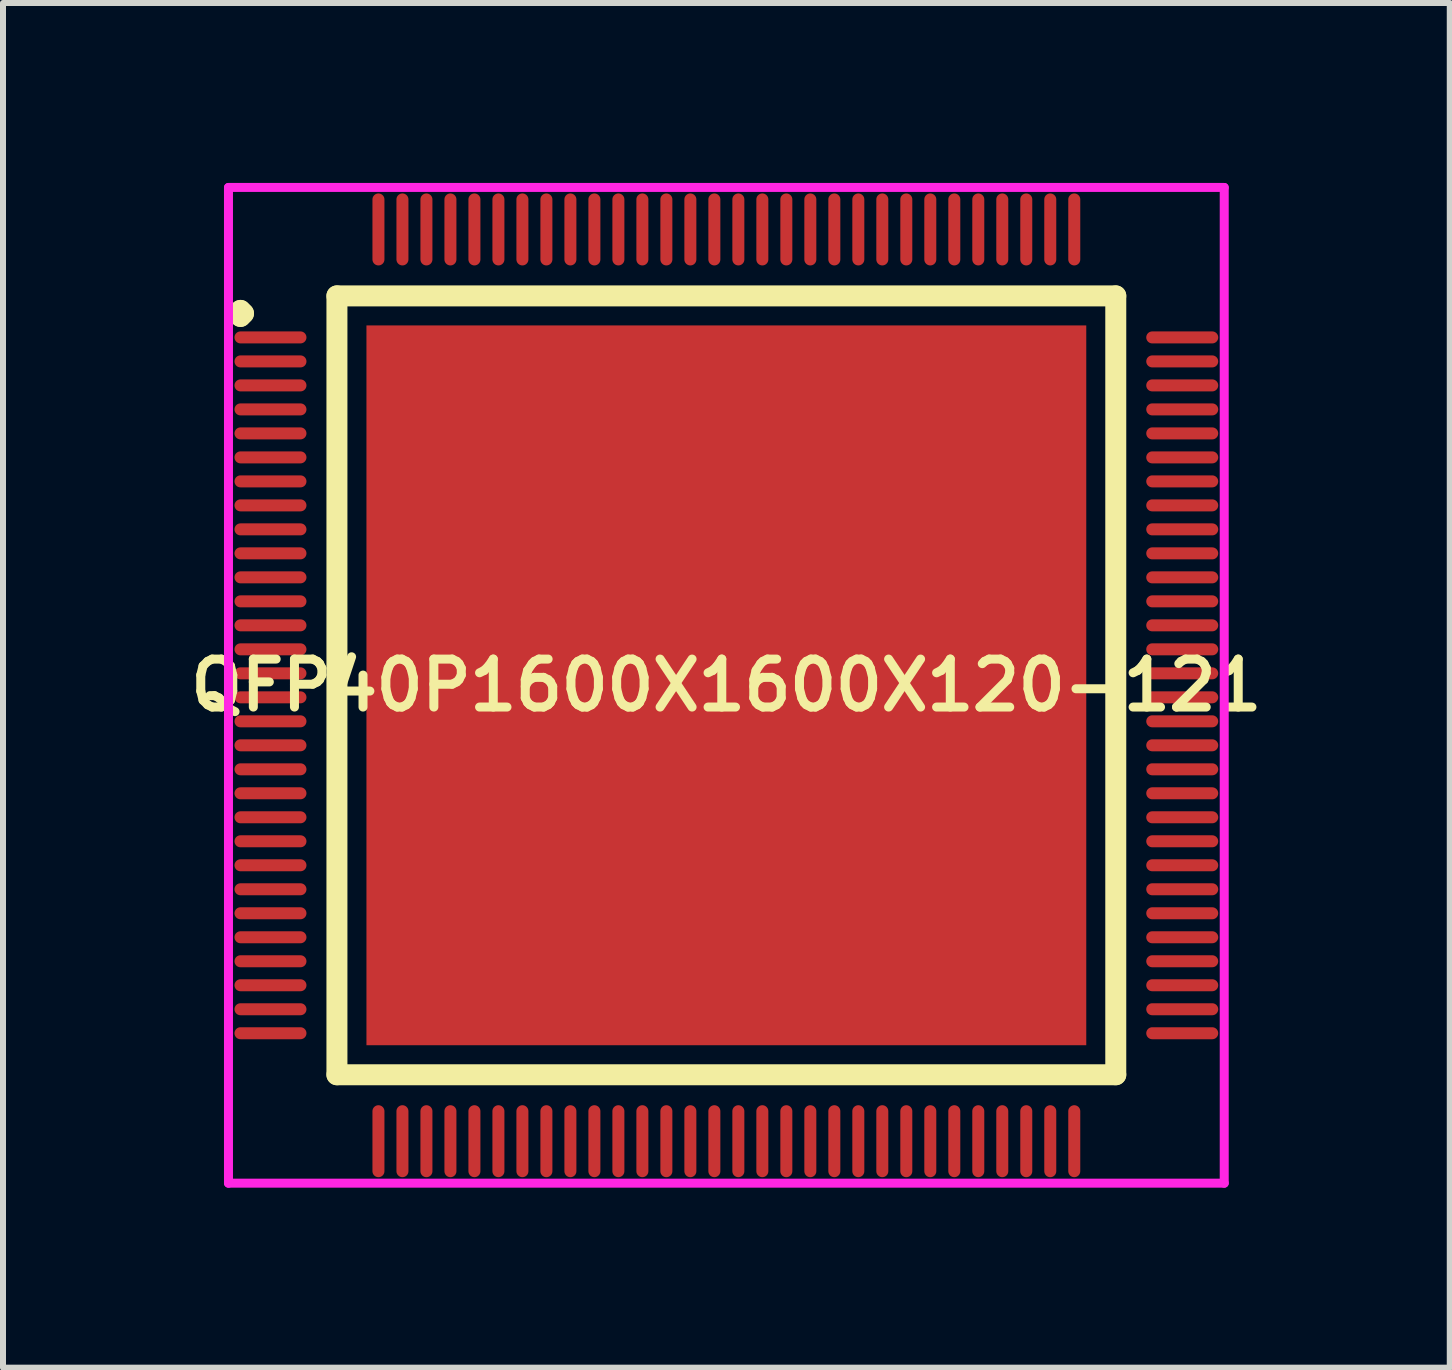
<source format=kicad_pcb>
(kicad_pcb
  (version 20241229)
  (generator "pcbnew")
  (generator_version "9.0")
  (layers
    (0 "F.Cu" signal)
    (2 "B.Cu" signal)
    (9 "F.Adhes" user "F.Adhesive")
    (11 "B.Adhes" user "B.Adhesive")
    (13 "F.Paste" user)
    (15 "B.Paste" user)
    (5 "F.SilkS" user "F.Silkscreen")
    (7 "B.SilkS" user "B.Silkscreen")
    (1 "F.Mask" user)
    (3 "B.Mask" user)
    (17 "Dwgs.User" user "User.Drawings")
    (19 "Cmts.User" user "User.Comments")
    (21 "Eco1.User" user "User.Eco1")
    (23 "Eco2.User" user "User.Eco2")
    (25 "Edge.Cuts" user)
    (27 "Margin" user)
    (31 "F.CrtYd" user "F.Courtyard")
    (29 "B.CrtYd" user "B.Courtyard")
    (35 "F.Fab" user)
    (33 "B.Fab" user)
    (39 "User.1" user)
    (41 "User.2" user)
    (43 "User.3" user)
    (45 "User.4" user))
  (footprint "QFP40P1600X1600X120-121"
    (layer "F.Cu")
    (at 9.059 8.375)
    (property "Reference" "QFP40P1600X1600X120-121" (at 0 0 0) (layer "F.SilkS") (effects (font (size 0.8 0.8) (thickness 0.15))))
    (attr smd)
    (fp_line (start -8.15 -6.2) (end -8.1 -6.25) (stroke (width 0.35) (type solid)) (layer "F.SilkS"))
    (fp_line (start -8.1 -6.25) (end -8.05 -6.2) (stroke (width 0.35) (type solid)) (layer "F.SilkS"))
    (fp_line (start -8.1 -6.15) (end -8.15 -6.2) (stroke (width 0.35) (type solid)) (layer "F.SilkS"))
    (fp_line (start -8.05 -6.2) (end -8.1 -6.15) (stroke (width 0.35) (type solid)) (layer "F.SilkS"))
    (fp_line (start -6.492 -6.492) (end -6.492 6.492) (stroke (width 0.35) (type solid)) (layer "F.SilkS"))
    (fp_line (start -6.492 6.492) (end 6.492 6.492) (stroke (width 0.35) (type solid)) (layer "F.SilkS"))
    (fp_line (start 6.492 -6.492) (end -6.492 -6.492) (stroke (width 0.35) (type solid)) (layer "F.SilkS"))
    (fp_line (start 6.492 6.492) (end 6.492 -6.492) (stroke (width 0.35) (type solid)) (layer "F.SilkS"))
    (fp_line (start -8.3 -8.3) (end 8.3 -8.3) (stroke (width 0.15) (type solid)) (layer "F.CrtYd"))
    (fp_line (start -8.3 8.3) (end -8.3 -8.3) (stroke (width 0.15) (type solid)) (layer "F.CrtYd"))
    (fp_line (start 8.3 -8.3) (end 8.3 8.3) (stroke (width 0.15) (type solid)) (layer "F.CrtYd"))
    (fp_line (start 8.3 8.3) (end -8.3 8.3) (stroke (width 0.15) (type solid)) (layer "F.CrtYd"))
    (pad "1" smd oval (at -7.6 -5.8) (size 1.2 0.2) (layers "F.Cu" "F.Mask" "F.Paste"))
    (pad "2" smd oval (at -7.6 -5.4) (size 1.2 0.2) (layers "F.Cu" "F.Mask" "F.Paste"))
    (pad "3" smd oval (at -7.6 -5) (size 1.2 0.2) (layers "F.Cu" "F.Mask" "F.Paste"))
    (pad "4" smd oval (at -7.6 -4.6) (size 1.2 0.2) (layers "F.Cu" "F.Mask" "F.Paste"))
    (pad "5" smd oval (at -7.6 -4.2) (size 1.2 0.2) (layers "F.Cu" "F.Mask" "F.Paste"))
    (pad "6" smd oval (at -7.6 -3.8) (size 1.2 0.2) (layers "F.Cu" "F.Mask" "F.Paste"))
    (pad "7" smd oval (at -7.6 -3.4) (size 1.2 0.2) (layers "F.Cu" "F.Mask" "F.Paste"))
    (pad "8" smd oval (at -7.6 -3) (size 1.2 0.2) (layers "F.Cu" "F.Mask" "F.Paste"))
    (pad "9" smd oval (at -7.6 -2.6) (size 1.2 0.2) (layers "F.Cu" "F.Mask" "F.Paste"))
    (pad "10" smd oval (at -7.6 -2.2) (size 1.2 0.2) (layers "F.Cu" "F.Mask" "F.Paste"))
    (pad "11" smd oval (at -7.6 -1.8) (size 1.2 0.2) (layers "F.Cu" "F.Mask" "F.Paste"))
    (pad "12" smd oval (at -7.6 -1.4) (size 1.2 0.2) (layers "F.Cu" "F.Mask" "F.Paste"))
    (pad "13" smd oval (at -7.6 -1) (size 1.2 0.2) (layers "F.Cu" "F.Mask" "F.Paste"))
    (pad "14" smd oval (at -7.6 -0.6) (size 1.2 0.2) (layers "F.Cu" "F.Mask" "F.Paste"))
    (pad "15" smd oval (at -7.6 -0.2) (size 1.2 0.2) (layers "F.Cu" "F.Mask" "F.Paste"))
    (pad "16" smd oval (at -7.6 0.2) (size 1.2 0.2) (layers "F.Cu" "F.Mask" "F.Paste"))
    (pad "17" smd oval (at -7.6 0.6) (size 1.2 0.2) (layers "F.Cu" "F.Mask" "F.Paste"))
    (pad "18" smd oval (at -7.6 1) (size 1.2 0.2) (layers "F.Cu" "F.Mask" "F.Paste"))
    (pad "19" smd oval (at -7.6 1.4) (size 1.2 0.2) (layers "F.Cu" "F.Mask" "F.Paste"))
    (pad "20" smd oval (at -7.6 1.8) (size 1.2 0.2) (layers "F.Cu" "F.Mask" "F.Paste"))
    (pad "21" smd oval (at -7.6 2.2) (size 1.2 0.2) (layers "F.Cu" "F.Mask" "F.Paste"))
    (pad "22" smd oval (at -7.6 2.6) (size 1.2 0.2) (layers "F.Cu" "F.Mask" "F.Paste"))
    (pad "23" smd oval (at -7.6 3) (size 1.2 0.2) (layers "F.Cu" "F.Mask" "F.Paste"))
    (pad "24" smd oval (at -7.6 3.4) (size 1.2 0.2) (layers "F.Cu" "F.Mask" "F.Paste"))
    (pad "25" smd oval (at -7.6 3.8) (size 1.2 0.2) (layers "F.Cu" "F.Mask" "F.Paste"))
    (pad "26" smd oval (at -7.6 4.2) (size 1.2 0.2) (layers "F.Cu" "F.Mask" "F.Paste"))
    (pad "27" smd oval (at -7.6 4.6) (size 1.2 0.2) (layers "F.Cu" "F.Mask" "F.Paste"))
    (pad "28" smd oval (at -7.6 5) (size 1.2 0.2) (layers "F.Cu" "F.Mask" "F.Paste"))
    (pad "29" smd oval (at -7.6 5.4) (size 1.2 0.2) (layers "F.Cu" "F.Mask" "F.Paste"))
    (pad "30" smd oval (at -7.6 5.8) (size 1.2 0.2) (layers "F.Cu" "F.Mask" "F.Paste"))
    (pad "31" smd oval (at -5.8 7.6) (size 0.2 1.2) (layers "F.Cu" "F.Mask" "F.Paste"))
    (pad "32" smd oval (at -5.4 7.6) (size 0.2 1.2) (layers "F.Cu" "F.Mask" "F.Paste"))
    (pad "33" smd oval (at -5 7.6) (size 0.2 1.2) (layers "F.Cu" "F.Mask" "F.Paste"))
    (pad "34" smd oval (at -4.6 7.6) (size 0.2 1.2) (layers "F.Cu" "F.Mask" "F.Paste"))
    (pad "35" smd oval (at -4.2 7.6) (size 0.2 1.2) (layers "F.Cu" "F.Mask" "F.Paste"))
    (pad "36" smd oval (at -3.8 7.6) (size 0.2 1.2) (layers "F.Cu" "F.Mask" "F.Paste"))
    (pad "37" smd oval (at -3.4 7.6) (size 0.2 1.2) (layers "F.Cu" "F.Mask" "F.Paste"))
    (pad "38" smd oval (at -3 7.6) (size 0.2 1.2) (layers "F.Cu" "F.Mask" "F.Paste"))
    (pad "39" smd oval (at -2.6 7.6) (size 0.2 1.2) (layers "F.Cu" "F.Mask" "F.Paste"))
    (pad "40" smd oval (at -2.2 7.6) (size 0.2 1.2) (layers "F.Cu" "F.Mask" "F.Paste"))
    (pad "41" smd oval (at -1.8 7.6) (size 0.2 1.2) (layers "F.Cu" "F.Mask" "F.Paste"))
    (pad "42" smd oval (at -1.4 7.6) (size 0.2 1.2) (layers "F.Cu" "F.Mask" "F.Paste"))
    (pad "43" smd oval (at -1 7.6) (size 0.2 1.2) (layers "F.Cu" "F.Mask" "F.Paste"))
    (pad "44" smd oval (at -0.6 7.6) (size 0.2 1.2) (layers "F.Cu" "F.Mask" "F.Paste"))
    (pad "45" smd oval (at -0.2 7.6) (size 0.2 1.2) (layers "F.Cu" "F.Mask" "F.Paste"))
    (pad "46" smd oval (at 0.2 7.6) (size 0.2 1.2) (layers "F.Cu" "F.Mask" "F.Paste"))
    (pad "47" smd oval (at 0.6 7.6) (size 0.2 1.2) (layers "F.Cu" "F.Mask" "F.Paste"))
    (pad "48" smd oval (at 1 7.6) (size 0.2 1.2) (layers "F.Cu" "F.Mask" "F.Paste"))
    (pad "49" smd oval (at 1.4 7.6) (size 0.2 1.2) (layers "F.Cu" "F.Mask" "F.Paste"))
    (pad "50" smd oval (at 1.8 7.6) (size 0.2 1.2) (layers "F.Cu" "F.Mask" "F.Paste"))
    (pad "51" smd oval (at 2.2 7.6) (size 0.2 1.2) (layers "F.Cu" "F.Mask" "F.Paste"))
    (pad "52" smd oval (at 2.6 7.6) (size 0.2 1.2) (layers "F.Cu" "F.Mask" "F.Paste"))
    (pad "53" smd oval (at 3 7.6) (size 0.2 1.2) (layers "F.Cu" "F.Mask" "F.Paste"))
    (pad "54" smd oval (at 3.4 7.6) (size 0.2 1.2) (layers "F.Cu" "F.Mask" "F.Paste"))
    (pad "55" smd oval (at 3.8 7.6) (size 0.2 1.2) (layers "F.Cu" "F.Mask" "F.Paste"))
    (pad "56" smd oval (at 4.2 7.6) (size 0.2 1.2) (layers "F.Cu" "F.Mask" "F.Paste"))
    (pad "57" smd oval (at 4.6 7.6) (size 0.2 1.2) (layers "F.Cu" "F.Mask" "F.Paste"))
    (pad "58" smd oval (at 5 7.6) (size 0.2 1.2) (layers "F.Cu" "F.Mask" "F.Paste"))
    (pad "59" smd oval (at 5.4 7.6) (size 0.2 1.2) (layers "F.Cu" "F.Mask" "F.Paste"))
    (pad "60" smd oval (at 5.8 7.6) (size 0.2 1.2) (layers "F.Cu" "F.Mask" "F.Paste"))
    (pad "61" smd oval (at 7.6 5.8) (size 1.2 0.2) (layers "F.Cu" "F.Mask" "F.Paste"))
    (pad "62" smd oval (at 7.6 5.4) (size 1.2 0.2) (layers "F.Cu" "F.Mask" "F.Paste"))
    (pad "63" smd oval (at 7.6 5) (size 1.2 0.2) (layers "F.Cu" "F.Mask" "F.Paste"))
    (pad "64" smd oval (at 7.6 4.6) (size 1.2 0.2) (layers "F.Cu" "F.Mask" "F.Paste"))
    (pad "65" smd oval (at 7.6 4.2) (size 1.2 0.2) (layers "F.Cu" "F.Mask" "F.Paste"))
    (pad "66" smd oval (at 7.6 3.8) (size 1.2 0.2) (layers "F.Cu" "F.Mask" "F.Paste"))
    (pad "67" smd oval (at 7.6 3.4) (size 1.2 0.2) (layers "F.Cu" "F.Mask" "F.Paste"))
    (pad "68" smd oval (at 7.6 3) (size 1.2 0.2) (layers "F.Cu" "F.Mask" "F.Paste"))
    (pad "69" smd oval (at 7.6 2.6) (size 1.2 0.2) (layers "F.Cu" "F.Mask" "F.Paste"))
    (pad "70" smd oval (at 7.6 2.2) (size 1.2 0.2) (layers "F.Cu" "F.Mask" "F.Paste"))
    (pad "71" smd oval (at 7.6 1.8) (size 1.2 0.2) (layers "F.Cu" "F.Mask" "F.Paste"))
    (pad "72" smd oval (at 7.6 1.4) (size 1.2 0.2) (layers "F.Cu" "F.Mask" "F.Paste"))
    (pad "73" smd oval (at 7.6 1) (size 1.2 0.2) (layers "F.Cu" "F.Mask" "F.Paste"))
    (pad "74" smd oval (at 7.6 0.6) (size 1.2 0.2) (layers "F.Cu" "F.Mask" "F.Paste"))
    (pad "75" smd oval (at 7.6 0.2) (size 1.2 0.2) (layers "F.Cu" "F.Mask" "F.Paste"))
    (pad "76" smd oval (at 7.6 -0.2) (size 1.2 0.2) (layers "F.Cu" "F.Mask" "F.Paste"))
    (pad "77" smd oval (at 7.6 -0.6) (size 1.2 0.2) (layers "F.Cu" "F.Mask" "F.Paste"))
    (pad "78" smd oval (at 7.6 -1) (size 1.2 0.2) (layers "F.Cu" "F.Mask" "F.Paste"))
    (pad "79" smd oval (at 7.6 -1.4) (size 1.2 0.2) (layers "F.Cu" "F.Mask" "F.Paste"))
    (pad "80" smd oval (at 7.6 -1.8) (size 1.2 0.2) (layers "F.Cu" "F.Mask" "F.Paste"))
    (pad "81" smd oval (at 7.6 -2.2) (size 1.2 0.2) (layers "F.Cu" "F.Mask" "F.Paste"))
    (pad "82" smd oval (at 7.6 -2.6) (size 1.2 0.2) (layers "F.Cu" "F.Mask" "F.Paste"))
    (pad "83" smd oval (at 7.6 -3) (size 1.2 0.2) (layers "F.Cu" "F.Mask" "F.Paste"))
    (pad "84" smd oval (at 7.6 -3.4) (size 1.2 0.2) (layers "F.Cu" "F.Mask" "F.Paste"))
    (pad "85" smd oval (at 7.6 -3.8) (size 1.2 0.2) (layers "F.Cu" "F.Mask" "F.Paste"))
    (pad "86" smd oval (at 7.6 -4.2) (size 1.2 0.2) (layers "F.Cu" "F.Mask" "F.Paste"))
    (pad "87" smd oval (at 7.6 -4.6) (size 1.2 0.2) (layers "F.Cu" "F.Mask" "F.Paste"))
    (pad "88" smd oval (at 7.6 -5) (size 1.2 0.2) (layers "F.Cu" "F.Mask" "F.Paste"))
    (pad "89" smd oval (at 7.6 -5.4) (size 1.2 0.2) (layers "F.Cu" "F.Mask" "F.Paste"))
    (pad "90" smd oval (at 7.6 -5.8) (size 1.2 0.2) (layers "F.Cu" "F.Mask" "F.Paste"))
    (pad "91" smd oval (at 5.8 -7.6) (size 0.2 1.2) (layers "F.Cu" "F.Mask" "F.Paste"))
    (pad "92" smd oval (at 5.4 -7.6) (size 0.2 1.2) (layers "F.Cu" "F.Mask" "F.Paste"))
    (pad "93" smd oval (at 5 -7.6) (size 0.2 1.2) (layers "F.Cu" "F.Mask" "F.Paste"))
    (pad "94" smd oval (at 4.6 -7.6) (size 0.2 1.2) (layers "F.Cu" "F.Mask" "F.Paste"))
    (pad "95" smd oval (at 4.2 -7.6) (size 0.2 1.2) (layers "F.Cu" "F.Mask" "F.Paste"))
    (pad "96" smd oval (at 3.8 -7.6) (size 0.2 1.2) (layers "F.Cu" "F.Mask" "F.Paste"))
    (pad "97" smd oval (at 3.4 -7.6) (size 0.2 1.2) (layers "F.Cu" "F.Mask" "F.Paste"))
    (pad "98" smd oval (at 3 -7.6) (size 0.2 1.2) (layers "F.Cu" "F.Mask" "F.Paste"))
    (pad "99" smd oval (at 2.6 -7.6) (size 0.2 1.2) (layers "F.Cu" "F.Mask" "F.Paste"))
    (pad "100" smd oval (at 2.2 -7.6) (size 0.2 1.2) (layers "F.Cu" "F.Mask" "F.Paste"))
    (pad "101" smd oval (at 1.8 -7.6) (size 0.2 1.2) (layers "F.Cu" "F.Mask" "F.Paste"))
    (pad "102" smd oval (at 1.4 -7.6) (size 0.2 1.2) (layers "F.Cu" "F.Mask" "F.Paste"))
    (pad "103" smd oval (at 1 -7.6) (size 0.2 1.2) (layers "F.Cu" "F.Mask" "F.Paste"))
    (pad "104" smd oval (at 0.6 -7.6) (size 0.2 1.2) (layers "F.Cu" "F.Mask" "F.Paste"))
    (pad "105" smd oval (at 0.2 -7.6) (size 0.2 1.2) (layers "F.Cu" "F.Mask" "F.Paste"))
    (pad "106" smd oval (at -0.2 -7.6) (size 0.2 1.2) (layers "F.Cu" "F.Mask" "F.Paste"))
    (pad "107" smd oval (at -0.6 -7.6) (size 0.2 1.2) (layers "F.Cu" "F.Mask" "F.Paste"))
    (pad "108" smd oval (at -1 -7.6) (size 0.2 1.2) (layers "F.Cu" "F.Mask" "F.Paste"))
    (pad "109" smd oval (at -1.4 -7.6) (size 0.2 1.2) (layers "F.Cu" "F.Mask" "F.Paste"))
    (pad "110" smd oval (at -1.8 -7.6) (size 0.2 1.2) (layers "F.Cu" "F.Mask" "F.Paste"))
    (pad "111" smd oval (at -2.2 -7.6) (size 0.2 1.2) (layers "F.Cu" "F.Mask" "F.Paste"))
    (pad "112" smd oval (at -2.6 -7.6) (size 0.2 1.2) (layers "F.Cu" "F.Mask" "F.Paste"))
    (pad "113" smd oval (at -3 -7.6) (size 0.2 1.2) (layers "F.Cu" "F.Mask" "F.Paste"))
    (pad "114" smd oval (at -3.4 -7.6) (size 0.2 1.2) (layers "F.Cu" "F.Mask" "F.Paste"))
    (pad "115" smd oval (at -3.8 -7.6) (size 0.2 1.2) (layers "F.Cu" "F.Mask" "F.Paste"))
    (pad "116" smd oval (at -4.2 -7.6) (size 0.2 1.2) (layers "F.Cu" "F.Mask" "F.Paste"))
    (pad "117" smd oval (at -4.6 -7.6) (size 0.2 1.2) (layers "F.Cu" "F.Mask" "F.Paste"))
    (pad "118" smd oval (at -5 -7.6) (size 0.2 1.2) (layers "F.Cu" "F.Mask" "F.Paste"))
    (pad "119" smd oval (at -5.4 -7.6) (size 0.2 1.2) (layers "F.Cu" "F.Mask" "F.Paste"))
    (pad "120" smd oval (at -5.8 -7.6) (size 0.2 1.2) (layers "F.Cu" "F.Mask" "F.Paste"))
    (pad "121" smd rect (at 0 0) (size 12 12) (layers "F.Cu" "F.Mask" "F.Paste")))
  (gr_rect
    (start -3 -3)
    (end 21.119 19.75)
    (stroke (width 0.1) (type default))
    (fill no)
    (layer "Edge.Cuts")))
</source>
